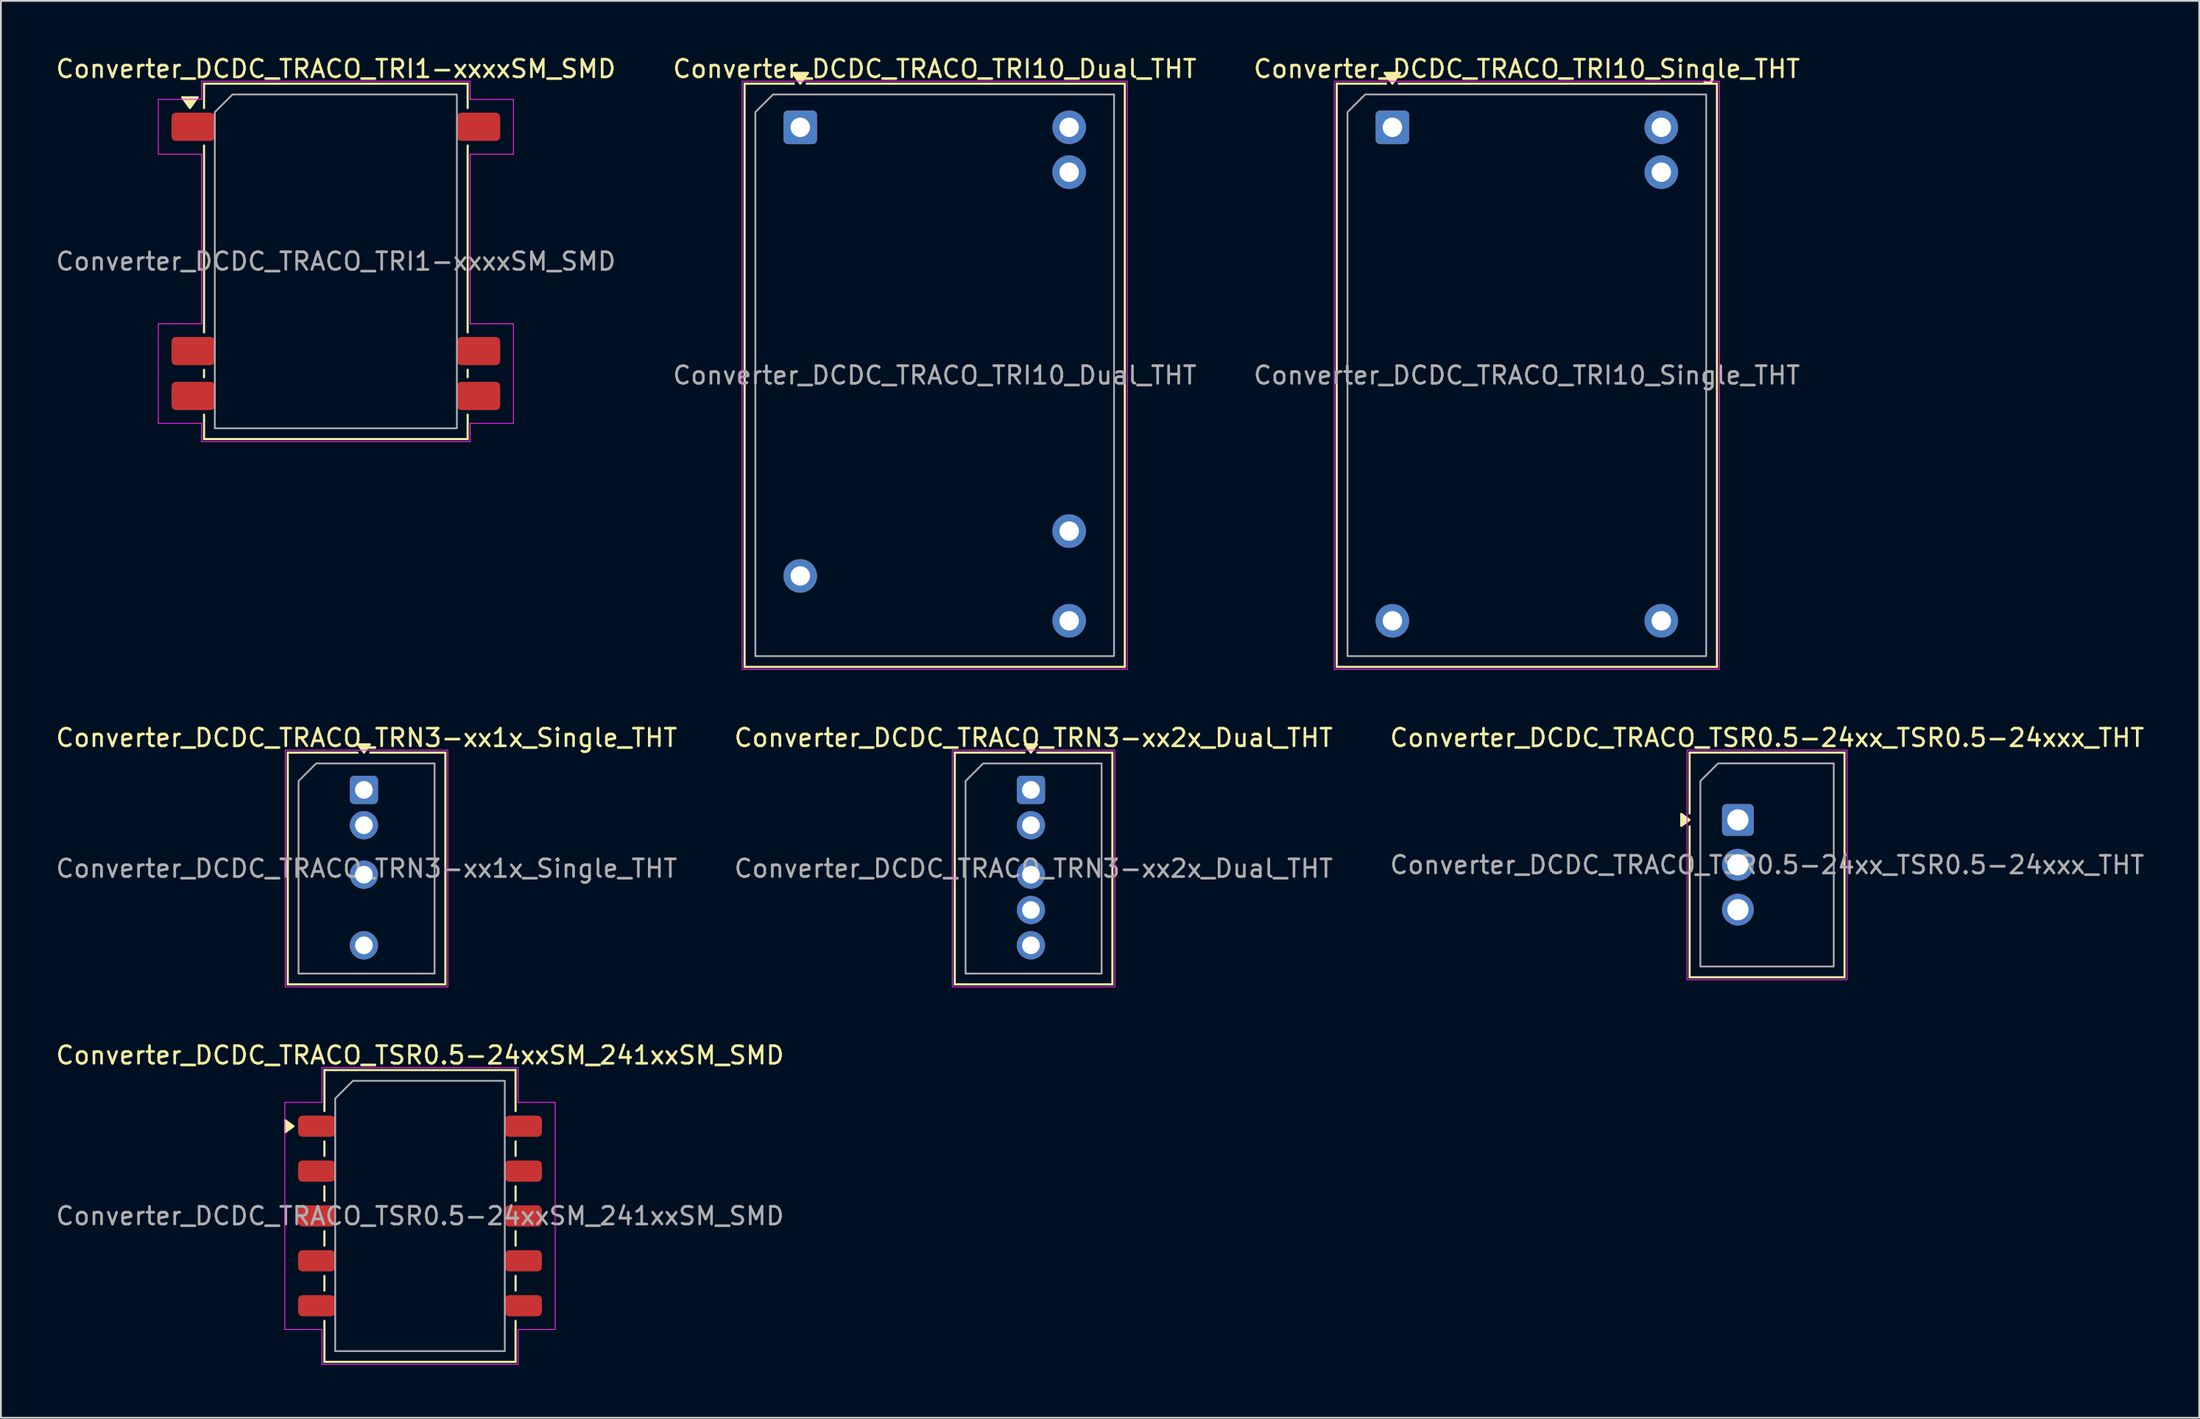
<source format=kicad_pcb>
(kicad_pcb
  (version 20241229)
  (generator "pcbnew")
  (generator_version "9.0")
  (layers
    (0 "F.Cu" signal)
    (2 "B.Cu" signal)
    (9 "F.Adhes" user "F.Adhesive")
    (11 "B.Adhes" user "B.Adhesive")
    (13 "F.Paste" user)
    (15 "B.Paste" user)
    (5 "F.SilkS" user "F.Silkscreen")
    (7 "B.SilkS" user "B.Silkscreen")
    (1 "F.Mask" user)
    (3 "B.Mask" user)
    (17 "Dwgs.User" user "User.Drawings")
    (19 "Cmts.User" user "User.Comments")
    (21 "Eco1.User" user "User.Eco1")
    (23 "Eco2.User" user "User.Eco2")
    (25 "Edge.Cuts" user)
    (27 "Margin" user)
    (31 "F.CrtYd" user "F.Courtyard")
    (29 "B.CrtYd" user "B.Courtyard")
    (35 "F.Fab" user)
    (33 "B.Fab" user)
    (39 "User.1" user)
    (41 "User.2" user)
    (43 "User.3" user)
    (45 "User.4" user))
  (footprint "Converter_DCDC_TRACO_TRN3-xx1x_Single_THT"
    (layer "F.Cu")
    (at 17.546 41.672)
    (property "Reference" "Converter_DCDC_TRACO_TRN3-xx1x_Single_THT" (at 0.15 -2.95 0) (layer "F.SilkS") (effects (font (size 1 1) (thickness 0.15))))
    (attr through_hole)
    (fp_line (start -4.31 -2.11) (end -0.36 -2.11) (stroke (width 0.12) (type solid)) (layer "F.SilkS"))
    (fp_line (start -4.31 11.01) (end -4.31 -2.11) (stroke (width 0.12) (type solid)) (layer "F.SilkS"))
    (fp_line (start 0.36 -2.11) (end 4.61 -2.11) (stroke (width 0.12) (type solid)) (layer "F.SilkS"))
    (fp_line (start 4.61 -2.11) (end 4.61 11.01) (stroke (width 0.12) (type solid)) (layer "F.SilkS"))
    (fp_line (start 4.61 11.01) (end -4.31 11.01) (stroke (width 0.12) (type solid)) (layer "F.SilkS"))
    (fp_poly (pts (xy 0 -2.11) (xy -0.34 -2.58) (xy 0.34 -2.58)) (stroke (width 0.12) (type solid)) (fill yes) (layer "F.SilkS"))
    (fp_rect (start -4.45 -2.25) (end 4.75 11.15) (stroke (width 0.05) (type solid)) (fill no) (layer "F.CrtYd"))
    (fp_poly (pts (xy -3.7 -0.5) (xy -3.7 10.4) (xy 4 10.4) (xy 4 -1.5) (xy -2.7 -1.5)) (stroke (width 0.1) (type solid)) (fill no) (layer "F.Fab"))
    (fp_text user "${REFERENCE}" (at 0.15 4.45 0) (layer "F.Fab") (effects (font (size 1 1) (thickness 0.15))))
    (pad "1" thru_hole roundrect (at 0 0) (size 1.6 1.6) (drill 1) (layers "*.Cu" "*.Mask") (roundrect_rratio 0.156))
    (pad "2" thru_hole circle (at 0 2) (size 1.6 1.6) (drill 1) (layers "*.Cu" "*.Mask"))
    (pad "3" thru_hole circle (at 0 4.8) (size 1.6 1.6) (drill 1) (layers "*.Cu" "*.Mask"))
    (pad "5" thru_hole circle (at 0 8.8) (size 1.6 1.6) (drill 1) (layers "*.Cu" "*.Mask")))
  (footprint "Converter_DCDC_TRACO_TRI10_Single_THT"
    (layer "F.Cu")
    (at 75.753 4.158)
    (property "Reference" "Converter_DCDC_TRACO_TRI10_Single_THT" (at 7.61 -3.31 0) (layer "F.SilkS") (effects (font (size 1 1) (thickness 0.15))))
    (attr through_hole)
    (fp_line (start -3.15 -2.47) (end -0.36 -2.47) (stroke (width 0.12) (type solid)) (layer "F.SilkS"))
    (fp_line (start -3.15 30.55) (end -3.15 -2.47) (stroke (width 0.12) (type solid)) (layer "F.SilkS"))
    (fp_line (start 0.36 -2.47) (end 18.37 -2.47) (stroke (width 0.12) (type solid)) (layer "F.SilkS"))
    (fp_line (start 18.37 -2.47) (end 18.37 30.55) (stroke (width 0.12) (type solid)) (layer "F.SilkS"))
    (fp_line (start 18.37 30.55) (end -3.15 30.55) (stroke (width 0.12) (type solid)) (layer "F.SilkS"))
    (fp_poly (pts (xy 0 -2.47) (xy -0.44 -3.08) (xy 0.44 -3.08)) (stroke (width 0.12) (type solid)) (fill yes) (layer "F.SilkS"))
    (fp_rect (start -3.29 -2.61) (end 18.51 30.69) (stroke (width 0.05) (type solid)) (fill no) (layer "F.CrtYd"))
    (fp_poly (pts (xy -2.54 -0.86) (xy -2.54 29.94) (xy 17.76 29.94) (xy 17.76 -1.86) (xy -1.54 -1.86)) (stroke (width 0.1) (type solid)) (fill no) (layer "F.Fab"))
    (fp_text user "${REFERENCE}" (at 7.61 14.04 0) (layer "F.Fab") (effects (font (size 1 1) (thickness 0.15))))
    (pad "1" thru_hole roundrect (at 0 0) (size 1.9 1.9) (drill 1.1) (layers "*.Cu" "*.Mask") (roundrect_rratio 0.132))
    (pad "12" thru_hole circle (at 0 27.94) (size 1.9 1.9) (drill 1.1) (layers "*.Cu" "*.Mask"))
    (pad "13" thru_hole circle (at 15.22 27.94) (size 1.9 1.9) (drill 1.1) (layers "*.Cu" "*.Mask"))
    (pad "23" thru_hole circle (at 15.22 2.54) (size 1.9 1.9) (drill 1.1) (layers "*.Cu" "*.Mask"))
    (pad "24" thru_hole circle (at 15.22 0) (size 1.9 1.9) (drill 1.1) (layers "*.Cu" "*.Mask")))
  (footprint "Converter_DCDC_TRACO_TRI1-xxxxSM_SMD"
    (layer "F.Cu")
    (at 15.958 11.748)
    (property "Reference" "Converter_DCDC_TRACO_TRI1-xxxxSM_SMD" (at 0 -10.9 0) (layer "F.SilkS") (effects (font (size 1 1) (thickness 0.15))))
    (attr smd)
    (fp_line (start -7.46 -10.06) (end 7.46 -10.06) (stroke (width 0.12) (type solid)) (layer "F.SilkS"))
    (fp_line (start -7.46 -8.68) (end -7.46 -10.06) (stroke (width 0.12) (type solid)) (layer "F.SilkS"))
    (fp_line (start -7.46 4.02) (end -7.46 -6.56) (stroke (width 0.12) (type solid)) (layer "F.SilkS"))
    (fp_line (start -7.46 6.56) (end -7.46 6.14) (stroke (width 0.12) (type solid)) (layer "F.SilkS"))
    (fp_line (start -7.46 10.06) (end -7.46 8.68) (stroke (width 0.12) (type solid)) (layer "F.SilkS"))
    (fp_line (start 7.46 -10.06) (end 7.46 -8.68) (stroke (width 0.12) (type solid)) (layer "F.SilkS"))
    (fp_line (start 7.46 -6.56) (end 7.46 4.02) (stroke (width 0.12) (type solid)) (layer "F.SilkS"))
    (fp_line (start 7.46 6.14) (end 7.46 6.56) (stroke (width 0.12) (type solid)) (layer "F.SilkS"))
    (fp_line (start 7.46 8.68) (end 7.46 10.06) (stroke (width 0.12) (type solid)) (layer "F.SilkS"))
    (fp_line (start 7.46 10.06) (end -7.46 10.06) (stroke (width 0.12) (type solid)) (layer "F.SilkS"))
    (fp_poly (pts (xy -8.26 -8.68) (xy -8.7 -9.29) (xy -7.82 -9.29)) (stroke (width 0.12) (type solid)) (fill yes) (layer "F.SilkS"))
    (fp_line (start -10.05 -9.17) (end -7.6 -9.17) (stroke (width 0.05) (type solid)) (layer "F.CrtYd"))
    (fp_line (start -10.05 -6.07) (end -10.05 -9.17) (stroke (width 0.05) (type solid)) (layer "F.CrtYd"))
    (fp_line (start -10.05 3.53) (end -7.6 3.53) (stroke (width 0.05) (type solid)) (layer "F.CrtYd"))
    (fp_line (start -10.05 9.17) (end -10.05 3.53) (stroke (width 0.05) (type solid)) (layer "F.CrtYd"))
    (fp_line (start -7.6 -10.2) (end 7.6 -10.2) (stroke (width 0.05) (type solid)) (layer "F.CrtYd"))
    (fp_line (start -7.6 -9.17) (end -7.6 -10.2) (stroke (width 0.05) (type solid)) (layer "F.CrtYd"))
    (fp_line (start -7.6 -6.07) (end -10.05 -6.07) (stroke (width 0.05) (type solid)) (layer "F.CrtYd"))
    (fp_line (start -7.6 3.53) (end -7.6 -6.07) (stroke (width 0.05) (type solid)) (layer "F.CrtYd"))
    (fp_line (start -7.6 9.17) (end -10.05 9.17) (stroke (width 0.05) (type solid)) (layer "F.CrtYd"))
    (fp_line (start -7.6 10.2) (end -7.6 9.17) (stroke (width 0.05) (type solid)) (layer "F.CrtYd"))
    (fp_line (start 7.6 -10.2) (end 7.6 -9.17) (stroke (width 0.05) (type solid)) (layer "F.CrtYd"))
    (fp_line (start 7.6 -9.17) (end 10.05 -9.17) (stroke (width 0.05) (type solid)) (layer "F.CrtYd"))
    (fp_line (start 7.6 -6.07) (end 7.6 3.53) (stroke (width 0.05) (type solid)) (layer "F.CrtYd"))
    (fp_line (start 7.6 3.53) (end 10.05 3.53) (stroke (width 0.05) (type solid)) (layer "F.CrtYd"))
    (fp_line (start 7.6 9.17) (end 7.6 10.2) (stroke (width 0.05) (type solid)) (layer "F.CrtYd"))
    (fp_line (start 7.6 10.2) (end -7.6 10.2) (stroke (width 0.05) (type solid)) (layer "F.CrtYd"))
    (fp_line (start 10.05 -9.17) (end 10.05 -6.07) (stroke (width 0.05) (type solid)) (layer "F.CrtYd"))
    (fp_line (start 10.05 -6.07) (end 7.6 -6.07) (stroke (width 0.05) (type solid)) (layer "F.CrtYd"))
    (fp_line (start 10.05 3.53) (end 10.05 9.17) (stroke (width 0.05) (type solid)) (layer "F.CrtYd"))
    (fp_line (start 10.05 9.17) (end 7.6 9.17) (stroke (width 0.05) (type solid)) (layer "F.CrtYd"))
    (fp_poly (pts (xy -5.85 -9.45) (xy 6.85 -9.45) (xy 6.85 9.45) (xy -6.85 9.45) (xy -6.85 -8.45)) (stroke (width 0.1) (type solid)) (fill no) (layer "F.Fab"))
    (fp_text user "${REFERENCE}" (at 0 0 0) (layer "F.Fab") (effects (font (size 1 1) (thickness 0.15))))
    (pad "1" smd roundrect (at -8.075 -7.62) (size 2.45 1.6) (layers "F.Cu" "F.Mask" "F.Paste") (roundrect_rratio 0.156))
    (pad "6" smd roundrect (at -8.075 5.08) (size 2.45 1.6) (layers "F.Cu" "F.Mask" "F.Paste") (roundrect_rratio 0.156))
    (pad "7" smd roundrect (at -8.075 7.62) (size 2.45 1.6) (layers "F.Cu" "F.Mask" "F.Paste") (roundrect_rratio 0.156))
    (pad "8" smd roundrect (at 8.075 7.62) (size 2.45 1.6) (layers "F.Cu" "F.Mask" "F.Paste") (roundrect_rratio 0.156))
    (pad "9" smd roundrect (at 8.075 5.08) (size 2.45 1.6) (layers "F.Cu" "F.Mask" "F.Paste") (roundrect_rratio 0.156))
    (pad "14" smd roundrect (at 8.075 -7.62) (size 2.45 1.6) (layers "F.Cu" "F.Mask" "F.Paste") (roundrect_rratio 0.156)))
  (footprint "Converter_DCDC_TRACO_TSR0.5-24xxSM_241xxSM_SMD"
    (layer "F.Cu")
    (at 20.72 65.795)
    (property "Reference" "Converter_DCDC_TRACO_TSR0.5-24xxSM_241xxSM_SMD" (at 0 -9.1 0) (layer "F.SilkS") (effects (font (size 1 1) (thickness 0.15))))
    (attr smd)
    (fp_line (start -5.41 -8.26) (end 5.41 -8.26) (stroke (width 0.12) (type solid)) (layer "F.SilkS"))
    (fp_line (start -5.41 -5.94) (end -5.41 -8.26) (stroke (width 0.12) (type solid)) (layer "F.SilkS"))
    (fp_line (start -5.41 -3.4) (end -5.41 -4.22) (stroke (width 0.12) (type solid)) (layer "F.SilkS"))
    (fp_line (start -5.41 -0.86) (end -5.41 -1.68) (stroke (width 0.12) (type solid)) (layer "F.SilkS"))
    (fp_line (start -5.41 1.68) (end -5.41 0.86) (stroke (width 0.12) (type solid)) (layer "F.SilkS"))
    (fp_line (start -5.41 4.22) (end -5.41 3.4) (stroke (width 0.12) (type solid)) (layer "F.SilkS"))
    (fp_line (start -5.41 8.26) (end -5.41 5.94) (stroke (width 0.12) (type solid)) (layer "F.SilkS"))
    (fp_line (start 5.41 -8.26) (end 5.41 -5.94) (stroke (width 0.12) (type solid)) (layer "F.SilkS"))
    (fp_line (start 5.41 -4.22) (end 5.41 -3.4) (stroke (width 0.12) (type solid)) (layer "F.SilkS"))
    (fp_line (start 5.41 -1.68) (end 5.41 -0.86) (stroke (width 0.12) (type solid)) (layer "F.SilkS"))
    (fp_line (start 5.41 0.86) (end 5.41 1.68) (stroke (width 0.12) (type solid)) (layer "F.SilkS"))
    (fp_line (start 5.41 3.4) (end 5.41 4.22) (stroke (width 0.12) (type solid)) (layer "F.SilkS"))
    (fp_line (start 5.41 5.94) (end 5.41 8.26) (stroke (width 0.12) (type solid)) (layer "F.SilkS"))
    (fp_line (start 5.41 8.26) (end -5.41 8.26) (stroke (width 0.12) (type solid)) (layer "F.SilkS"))
    (fp_poly (pts (xy -7.16 -5.08) (xy -7.63 -4.74) (xy -7.63 -5.42)) (stroke (width 0.12) (type solid)) (fill yes) (layer "F.SilkS"))
    (fp_line (start -7.65 -6.43) (end -5.55 -6.43) (stroke (width 0.05) (type solid)) (layer "F.CrtYd"))
    (fp_line (start -7.65 6.43) (end -7.65 -6.43) (stroke (width 0.05) (type solid)) (layer "F.CrtYd"))
    (fp_line (start -5.55 -8.4) (end 5.55 -8.4) (stroke (width 0.05) (type solid)) (layer "F.CrtYd"))
    (fp_line (start -5.55 -6.43) (end -5.55 -8.4) (stroke (width 0.05) (type solid)) (layer "F.CrtYd"))
    (fp_line (start -5.55 6.43) (end -7.65 6.43) (stroke (width 0.05) (type solid)) (layer "F.CrtYd"))
    (fp_line (start -5.55 8.4) (end -5.55 6.43) (stroke (width 0.05) (type solid)) (layer "F.CrtYd"))
    (fp_line (start 5.55 -8.4) (end 5.55 -6.43) (stroke (width 0.05) (type solid)) (layer "F.CrtYd"))
    (fp_line (start 5.55 -6.43) (end 7.65 -6.43) (stroke (width 0.05) (type solid)) (layer "F.CrtYd"))
    (fp_line (start 5.55 6.43) (end 5.55 8.4) (stroke (width 0.05) (type solid)) (layer "F.CrtYd"))
    (fp_line (start 5.55 8.4) (end -5.55 8.4) (stroke (width 0.05) (type solid)) (layer "F.CrtYd"))
    (fp_line (start 7.65 -6.43) (end 7.65 6.43) (stroke (width 0.05) (type solid)) (layer "F.CrtYd"))
    (fp_line (start 7.65 6.43) (end 5.55 6.43) (stroke (width 0.05) (type solid)) (layer "F.CrtYd"))
    (fp_poly (pts (xy -3.8 -7.65) (xy 4.8 -7.65) (xy 4.8 7.65) (xy -4.8 7.65) (xy -4.8 -6.65)) (stroke (width 0.1) (type solid)) (fill no) (layer "F.Fab"))
    (fp_text user "${REFERENCE}" (at 0 0 0) (layer "F.Fab") (effects (font (size 1 1) (thickness 0.15))))
    (pad "1" smd roundrect (at -5.85 -5.08) (size 2.1 1.2) (layers "F.Cu" "F.Mask" "F.Paste") (roundrect_rratio 0.208))
    (pad "2" smd roundrect (at -5.85 -2.54) (size 2.1 1.2) (layers "F.Cu" "F.Mask" "F.Paste") (roundrect_rratio 0.208))
    (pad "3" smd roundrect (at -5.85 0) (size 2.1 1.2) (layers "F.Cu" "F.Mask" "F.Paste") (roundrect_rratio 0.208))
    (pad "4" smd roundrect (at -5.85 2.54) (size 2.1 1.2) (layers "F.Cu" "F.Mask" "F.Paste") (roundrect_rratio 0.208))
    (pad "5" smd roundrect (at -5.85 5.08) (size 2.1 1.2) (layers "F.Cu" "F.Mask" "F.Paste") (roundrect_rratio 0.208))
    (pad "6" smd roundrect (at 5.85 5.08) (size 2.1 1.2) (layers "F.Cu" "F.Mask" "F.Paste") (roundrect_rratio 0.208))
    (pad "7" smd roundrect (at 5.85 2.54) (size 2.1 1.2) (layers "F.Cu" "F.Mask" "F.Paste") (roundrect_rratio 0.208))
    (pad "8" smd roundrect (at 5.85 0) (size 2.1 1.2) (layers "F.Cu" "F.Mask" "F.Paste") (roundrect_rratio 0.208))
    (pad "9" smd roundrect (at 5.85 -2.54) (size 2.1 1.2) (layers "F.Cu" "F.Mask" "F.Paste") (roundrect_rratio 0.208))
    (pad "10" smd roundrect (at 5.85 -5.08) (size 2.1 1.2) (layers "F.Cu" "F.Mask" "F.Paste") (roundrect_rratio 0.208)))
  (footprint "Converter_DCDC_TRACO_TRN3-xx2x_Dual_THT"
    (layer "F.Cu")
    (at 55.296 41.672)
    (property "Reference" "Converter_DCDC_TRACO_TRN3-xx2x_Dual_THT" (at 0.15 -2.95 0) (layer "F.SilkS") (effects (font (size 1 1) (thickness 0.15))))
    (attr through_hole)
    (fp_line (start -4.31 -2.11) (end -0.36 -2.11) (stroke (width 0.12) (type solid)) (layer "F.SilkS"))
    (fp_line (start -4.31 11.01) (end -4.31 -2.11) (stroke (width 0.12) (type solid)) (layer "F.SilkS"))
    (fp_line (start 0.36 -2.11) (end 4.61 -2.11) (stroke (width 0.12) (type solid)) (layer "F.SilkS"))
    (fp_line (start 4.61 -2.11) (end 4.61 11.01) (stroke (width 0.12) (type solid)) (layer "F.SilkS"))
    (fp_line (start 4.61 11.01) (end -4.31 11.01) (stroke (width 0.12) (type solid)) (layer "F.SilkS"))
    (fp_poly (pts (xy 0 -2.11) (xy -0.34 -2.58) (xy 0.34 -2.58)) (stroke (width 0.12) (type solid)) (fill yes) (layer "F.SilkS"))
    (fp_rect (start -4.45 -2.25) (end 4.75 11.15) (stroke (width 0.05) (type solid)) (fill no) (layer "F.CrtYd"))
    (fp_poly (pts (xy -3.7 -0.5) (xy -3.7 10.4) (xy 4 10.4) (xy 4 -1.5) (xy -2.7 -1.5)) (stroke (width 0.1) (type solid)) (fill no) (layer "F.Fab"))
    (fp_text user "${REFERENCE}" (at 0.15 4.45 0) (layer "F.Fab") (effects (font (size 1 1) (thickness 0.15))))
    (pad "1" thru_hole roundrect (at 0 0) (size 1.6 1.6) (drill 1) (layers "*.Cu" "*.Mask") (roundrect_rratio 0.156))
    (pad "2" thru_hole circle (at 0 2) (size 1.6 1.6) (drill 1) (layers "*.Cu" "*.Mask"))
    (pad "3" thru_hole circle (at 0 4.8) (size 1.6 1.6) (drill 1) (layers "*.Cu" "*.Mask"))
    (pad "4" thru_hole circle (at 0 6.8) (size 1.6 1.6) (drill 1) (layers "*.Cu" "*.Mask"))
    (pad "5" thru_hole circle (at 0 8.8) (size 1.6 1.6) (drill 1) (layers "*.Cu" "*.Mask")))
  (footprint "Converter_DCDC_TRACO_TRI10_Dual_THT"
    (layer "F.Cu")
    (at 42.241 4.158)
    (property "Reference" "Converter_DCDC_TRACO_TRI10_Dual_THT" (at 7.61 -3.31 0) (layer "F.SilkS") (effects (font (size 1 1) (thickness 0.15))))
    (attr through_hole)
    (fp_line (start -3.15 -2.47) (end -0.36 -2.47) (stroke (width 0.12) (type solid)) (layer "F.SilkS"))
    (fp_line (start -3.15 30.55) (end -3.15 -2.47) (stroke (width 0.12) (type solid)) (layer "F.SilkS"))
    (fp_line (start 0.36 -2.47) (end 18.37 -2.47) (stroke (width 0.12) (type solid)) (layer "F.SilkS"))
    (fp_line (start 18.37 -2.47) (end 18.37 30.55) (stroke (width 0.12) (type solid)) (layer "F.SilkS"))
    (fp_line (start 18.37 30.55) (end -3.15 30.55) (stroke (width 0.12) (type solid)) (layer "F.SilkS"))
    (fp_poly (pts (xy 0 -2.47) (xy -0.44 -3.08) (xy 0.44 -3.08)) (stroke (width 0.12) (type solid)) (fill yes) (layer "F.SilkS"))
    (fp_rect (start -3.29 -2.61) (end 18.51 30.69) (stroke (width 0.05) (type solid)) (fill no) (layer "F.CrtYd"))
    (fp_poly (pts (xy -2.54 -0.86) (xy -2.54 29.94) (xy 17.76 29.94) (xy 17.76 -1.86) (xy -1.54 -1.86)) (stroke (width 0.1) (type solid)) (fill no) (layer "F.Fab"))
    (fp_text user "${REFERENCE}" (at 7.61 14.04 0) (layer "F.Fab") (effects (font (size 1 1) (thickness 0.15))))
    (pad "1" thru_hole roundrect (at 0 0) (size 1.9 1.9) (drill 1.1) (layers "*.Cu" "*.Mask") (roundrect_rratio 0.132))
    (pad "11" thru_hole circle (at 0 25.4) (size 1.9 1.9) (drill 1.1) (layers "*.Cu" "*.Mask"))
    (pad "13" thru_hole circle (at 15.22 27.94) (size 1.9 1.9) (drill 1.1) (layers "*.Cu" "*.Mask"))
    (pad "15" thru_hole circle (at 15.22 22.86) (size 1.9 1.9) (drill 1.1) (layers "*.Cu" "*.Mask"))
    (pad "23" thru_hole circle (at 15.22 2.54) (size 1.9 1.9) (drill 1.1) (layers "*.Cu" "*.Mask"))
    (pad "24" thru_hole circle (at 15.22 0) (size 1.9 1.9) (drill 1.1) (layers "*.Cu" "*.Mask")))
  (footprint "Converter_DCDC_TRACO_TSR0.5-24xx_TSR0.5-24xxx_THT"
    (layer "F.Cu")
    (at 95.308 43.371)
    (property "Reference" "Converter_DCDC_TRACO_TSR0.5-24xx_TSR0.5-24xxx_THT" (at 1.65 -4.65 0) (layer "F.SilkS") (effects (font (size 1 1) (thickness 0.15))))
    (attr through_hole)
    (fp_line (start -2.735 -3.81) (end 6.035 -3.81) (stroke (width 0.12) (type solid)) (layer "F.SilkS"))
    (fp_line (start -2.735 -0.36) (end -2.735 -3.81) (stroke (width 0.12) (type solid)) (layer "F.SilkS"))
    (fp_line (start -2.735 8.91) (end -2.735 0.36) (stroke (width 0.12) (type solid)) (layer "F.SilkS"))
    (fp_line (start 6.035 -3.81) (end 6.035 8.91) (stroke (width 0.12) (type solid)) (layer "F.SilkS"))
    (fp_line (start 6.035 8.91) (end -2.735 8.91) (stroke (width 0.12) (type solid)) (layer "F.SilkS"))
    (fp_poly (pts (xy -2.735 0) (xy -3.205 0.34) (xy -3.205 -0.34)) (stroke (width 0.12) (type solid)) (fill yes) (layer "F.SilkS"))
    (fp_rect (start -2.88 -3.95) (end 6.18 9.05) (stroke (width 0.05) (type solid)) (fill no) (layer "F.CrtYd"))
    (fp_poly (pts (xy -2.125 -2.2) (xy -2.125 8.3) (xy 5.425 8.3) (xy 5.425 -3.2) (xy -1.125 -3.2)) (stroke (width 0.1) (type solid)) (fill no) (layer "F.Fab"))
    (fp_text user "${REFERENCE}" (at 1.65 2.55 0) (layer "F.Fab") (effects (font (size 1 1) (thickness 0.15))))
    (pad "1" thru_hole roundrect (at 0 0) (size 1.8 1.8) (drill 1.2) (layers "*.Cu" "*.Mask") (roundrect_rratio 0.139))
    (pad "2" thru_hole circle (at 0 2.54) (size 1.8 1.8) (drill 1.2) (layers "*.Cu" "*.Mask"))
    (pad "3" thru_hole circle (at 0 5.08) (size 1.8 1.8) (drill 1.2) (layers "*.Cu" "*.Mask")))
  (gr_rect
    (start -3 -3)
    (end 121.417 77.22)
    (stroke (width 0.1) (type default))
    (fill no)
    (layer "Edge.Cuts")))
</source>
